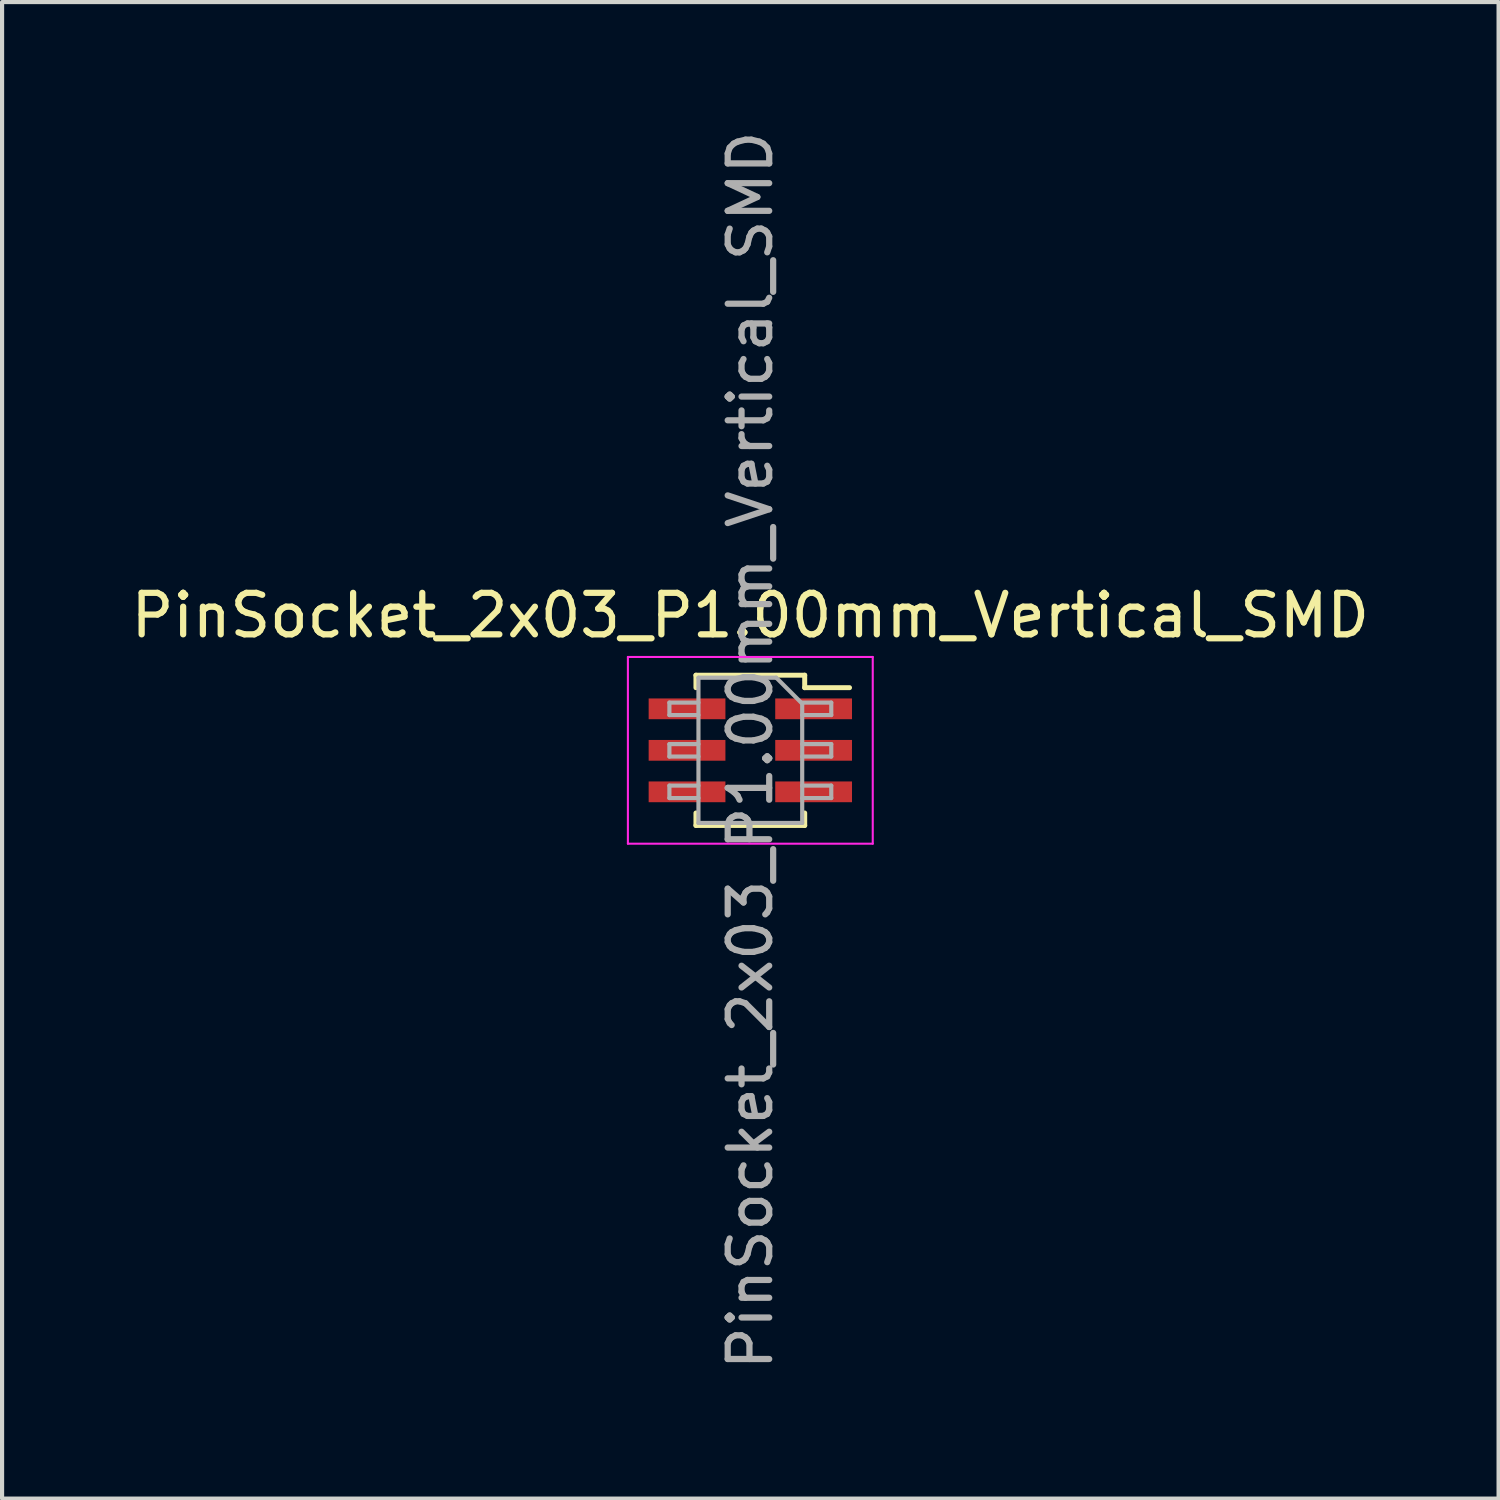
<source format=kicad_pcb>
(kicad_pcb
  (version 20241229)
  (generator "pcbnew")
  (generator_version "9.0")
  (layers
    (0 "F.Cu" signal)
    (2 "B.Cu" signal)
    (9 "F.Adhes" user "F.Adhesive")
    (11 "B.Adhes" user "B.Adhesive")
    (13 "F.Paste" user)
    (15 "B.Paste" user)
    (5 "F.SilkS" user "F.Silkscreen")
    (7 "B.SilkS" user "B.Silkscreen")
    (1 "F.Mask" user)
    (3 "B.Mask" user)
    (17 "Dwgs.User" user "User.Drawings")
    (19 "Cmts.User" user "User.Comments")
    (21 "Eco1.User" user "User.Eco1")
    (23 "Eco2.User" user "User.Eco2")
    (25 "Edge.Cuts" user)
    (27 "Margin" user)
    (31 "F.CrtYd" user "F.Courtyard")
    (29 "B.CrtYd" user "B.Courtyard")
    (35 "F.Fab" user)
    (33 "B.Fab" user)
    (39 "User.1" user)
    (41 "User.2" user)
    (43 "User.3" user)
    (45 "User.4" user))
  (footprint "PinSocket_2x03_P1.00mm_Vertical_SMD"
    (layer "F.Cu")
    (at 15.03 15.03)
    (property "Reference" "PinSocket_2x03_P1.00mm_Vertical_SMD" (at 0 -3.25 0) (layer "F.SilkS") (effects (font (size 1 1) (thickness 0.15))))
    (attr smd)
    (fp_line (start -1.31 -1.81) (end -1.31 -1.51) (stroke (width 0.12) (type solid)) (layer "F.SilkS"))
    (fp_line (start -1.31 -1.81) (end 1.31 -1.81) (stroke (width 0.12) (type solid)) (layer "F.SilkS"))
    (fp_line (start -1.31 1.51) (end -1.31 1.81) (stroke (width 0.12) (type solid)) (layer "F.SilkS"))
    (fp_line (start -1.31 1.81) (end 1.31 1.81) (stroke (width 0.12) (type solid)) (layer "F.SilkS"))
    (fp_line (start 1.31 -1.81) (end 1.31 -1.51) (stroke (width 0.12) (type solid)) (layer "F.SilkS"))
    (fp_line (start 1.31 -1.51) (end 2.39 -1.51) (stroke (width 0.12) (type solid)) (layer "F.SilkS"))
    (fp_line (start 1.31 1.51) (end 1.31 1.81) (stroke (width 0.12) (type solid)) (layer "F.SilkS"))
    (fp_line (start -2.95 -2.25) (end 2.95 -2.25) (stroke (width 0.05) (type solid)) (layer "F.CrtYd"))
    (fp_line (start -2.95 2.25) (end -2.95 -2.25) (stroke (width 0.05) (type solid)) (layer "F.CrtYd"))
    (fp_line (start 2.95 -2.25) (end 2.95 2.25) (stroke (width 0.05) (type solid)) (layer "F.CrtYd"))
    (fp_line (start 2.95 2.25) (end -2.95 2.25) (stroke (width 0.05) (type solid)) (layer "F.CrtYd"))
    (fp_line (start -1.95 -1.15) (end -1.25 -1.15) (stroke (width 0.1) (type solid)) (layer "F.Fab"))
    (fp_line (start -1.95 -0.85) (end -1.95 -1.15) (stroke (width 0.1) (type solid)) (layer "F.Fab"))
    (fp_line (start -1.95 -0.15) (end -1.25 -0.15) (stroke (width 0.1) (type solid)) (layer "F.Fab"))
    (fp_line (start -1.95 0.15) (end -1.95 -0.15) (stroke (width 0.1) (type solid)) (layer "F.Fab"))
    (fp_line (start -1.95 0.85) (end -1.25 0.85) (stroke (width 0.1) (type solid)) (layer "F.Fab"))
    (fp_line (start -1.95 1.15) (end -1.95 0.85) (stroke (width 0.1) (type solid)) (layer "F.Fab"))
    (fp_line (start -1.25 -1.75) (end 0.625 -1.75) (stroke (width 0.1) (type solid)) (layer "F.Fab"))
    (fp_line (start -1.25 -0.85) (end -1.95 -0.85) (stroke (width 0.1) (type solid)) (layer "F.Fab"))
    (fp_line (start -1.25 0.15) (end -1.95 0.15) (stroke (width 0.1) (type solid)) (layer "F.Fab"))
    (fp_line (start -1.25 1.15) (end -1.95 1.15) (stroke (width 0.1) (type solid)) (layer "F.Fab"))
    (fp_line (start -1.25 1.75) (end -1.25 -1.75) (stroke (width 0.1) (type solid)) (layer "F.Fab"))
    (fp_line (start 0.625 -1.75) (end 1.25 -1.125) (stroke (width 0.1) (type solid)) (layer "F.Fab"))
    (fp_line (start 1.25 -1.15) (end 1.95 -1.15) (stroke (width 0.1) (type solid)) (layer "F.Fab"))
    (fp_line (start 1.25 -1.125) (end 1.25 1.75) (stroke (width 0.1) (type solid)) (layer "F.Fab"))
    (fp_line (start 1.25 -0.15) (end 1.95 -0.15) (stroke (width 0.1) (type solid)) (layer "F.Fab"))
    (fp_line (start 1.25 0.85) (end 1.95 0.85) (stroke (width 0.1) (type solid)) (layer "F.Fab"))
    (fp_line (start 1.25 1.75) (end -1.25 1.75) (stroke (width 0.1) (type solid)) (layer "F.Fab"))
    (fp_line (start 1.95 -1.15) (end 1.95 -0.85) (stroke (width 0.1) (type solid)) (layer "F.Fab"))
    (fp_line (start 1.95 -0.85) (end 1.25 -0.85) (stroke (width 0.1) (type solid)) (layer "F.Fab"))
    (fp_line (start 1.95 -0.15) (end 1.95 0.15) (stroke (width 0.1) (type solid)) (layer "F.Fab"))
    (fp_line (start 1.95 0.15) (end 1.25 0.15) (stroke (width 0.1) (type solid)) (layer "F.Fab"))
    (fp_line (start 1.95 0.85) (end 1.95 1.15) (stroke (width 0.1) (type solid)) (layer "F.Fab"))
    (fp_line (start 1.95 1.15) (end 1.25 1.15) (stroke (width 0.1) (type solid)) (layer "F.Fab"))
    (fp_text user "${REFERENCE}" (at 0 0 90) (layer "F.Fab") (effects (font (size 1 1) (thickness 0.15))))
    (pad "1" smd rect (at 1.525 -1) (size 1.85 0.5) (layers "F.Cu" "F.Mask" "F.Paste"))
    (pad "2" smd rect (at -1.525 -1) (size 1.85 0.5) (layers "F.Cu" "F.Mask" "F.Paste"))
    (pad "3" smd rect (at 1.525 0) (size 1.85 0.5) (layers "F.Cu" "F.Mask" "F.Paste"))
    (pad "4" smd rect (at -1.525 0) (size 1.85 0.5) (layers "F.Cu" "F.Mask" "F.Paste"))
    (pad "5" smd rect (at 1.525 1) (size 1.85 0.5) (layers "F.Cu" "F.Mask" "F.Paste"))
    (pad "6" smd rect (at -1.525 1) (size 1.85 0.5) (layers "F.Cu" "F.Mask" "F.Paste")))
  (gr_rect
    (start -3 -3)
    (end 33.06 33.06)
    (stroke (width 0.1) (type default))
    (fill no)
    (layer "Edge.Cuts")))
</source>
